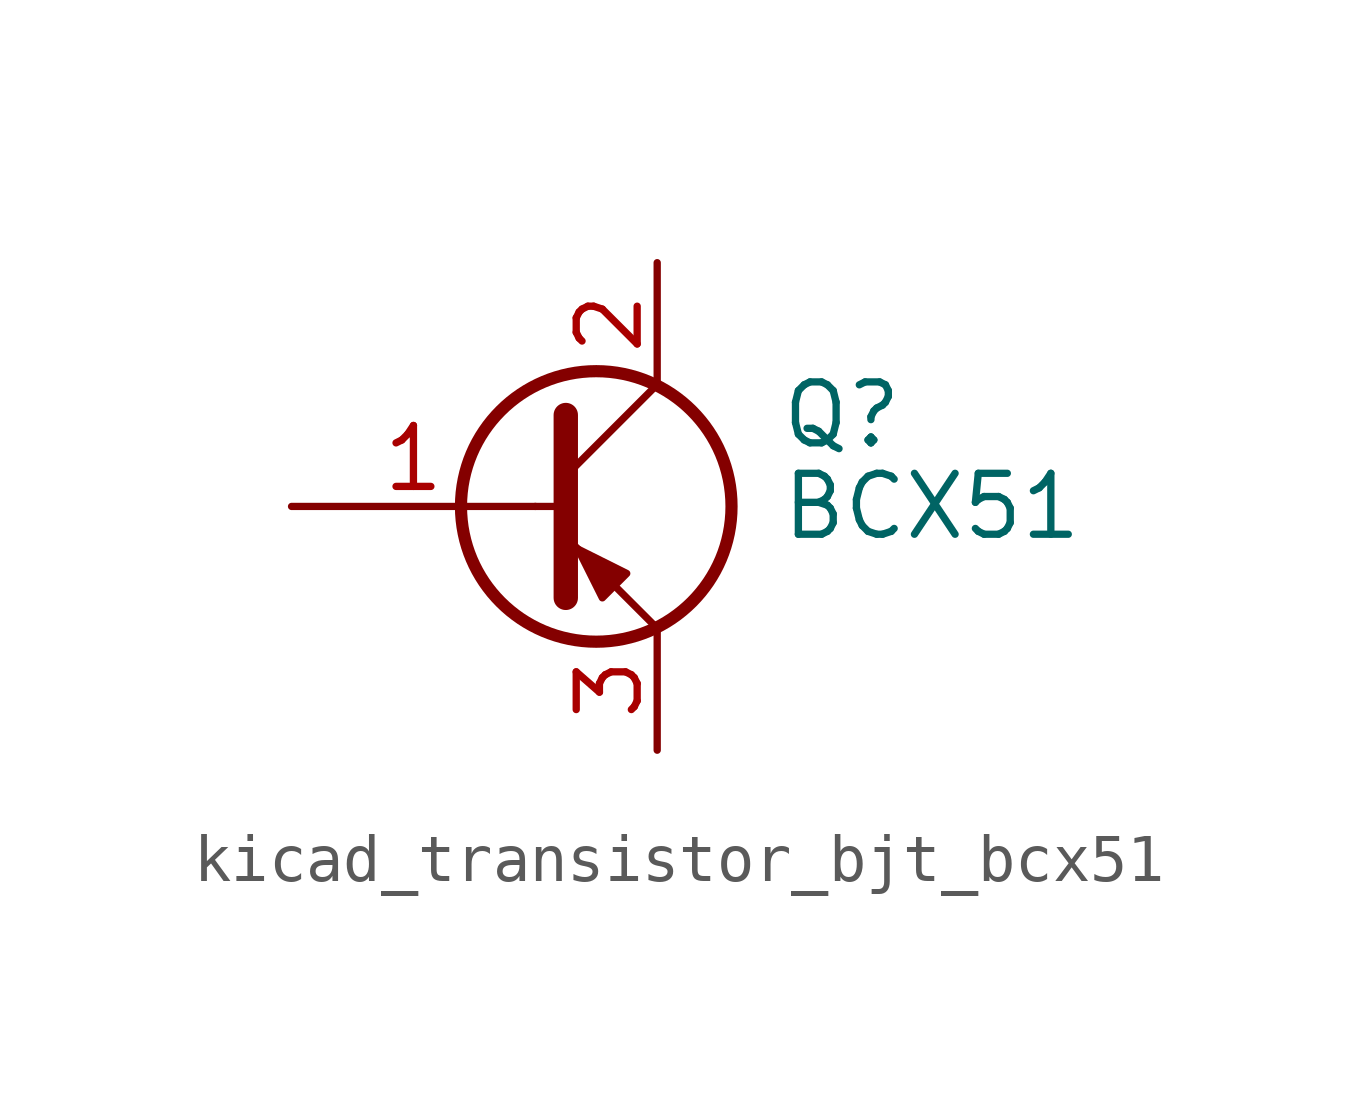
<source format=kicad_sym>
(kicad_symbol_lib
  (version 20220914)
  (generator kicad_symbol_editor)
  (symbol "kicad_transistor_bjt_bcx51"
    (pin_names
      (offset 0) hide)
    (property "Reference" "Q"
      (at 5.08 1.905 0)
      (effects (font (size 1.27 1.27)) (justify left)))
    (property "Value" "BCX51"
      (at 5.08 0 0)
      (effects (font (size 1.27 1.27)) (justify left)))
    (symbol "kicad_transistor_bjt_bcx51_0_1"
      (polyline (pts (xy 0 0) (xy 0.635 0)) (stroke (width 0) (type default)) (fill (type none)))
      (polyline (pts (xy 2.54 -2.54) (xy 0.635 -0.635)) (stroke (width 0) (type default)) (fill (type none)))
      (polyline (pts (xy 2.54 2.54) (xy 0.635 0.635)) (stroke (width 0) (type default)) (fill (type none)))
      (polyline (pts (xy 0.635 1.905) (xy 0.635 -1.905) (xy 0.635 -1.905)) (stroke (width 0.508) (type default)) (fill (type outline)))
      (polyline (pts (xy 1.397 -1.905) (xy 1.905 -1.397) (xy 0.889 -0.889) (xy 1.397 -1.905) (xy 1.397 -1.905)) (stroke (width 0) (type default)) (fill (type outline)))
      (circle (center 1.27 0) (radius 2.819) (stroke (width 0.254) (type default)) (fill (type none))))
    (symbol "kicad_transistor_bjt_bcx51_1_1"
      (pin input line (at -5.08 0 0) (length 5.08) (name "B" (effects (font (size 1.27 1.27)))) (number "1" (effects (font (size 1.27 1.27)))))
      (pin passive line (at 2.54 5.08 270) (length 2.54) (name "C" (effects (font (size 1.27 1.27)))) (number "2" (effects (font (size 1.27 1.27)))))
      (pin passive line (at 2.54 -5.08 90) (length 2.54) (name "E" (effects (font (size 1.27 1.27)))) (number "3" (effects (font (size 1.27 1.27))))))))
</source>
